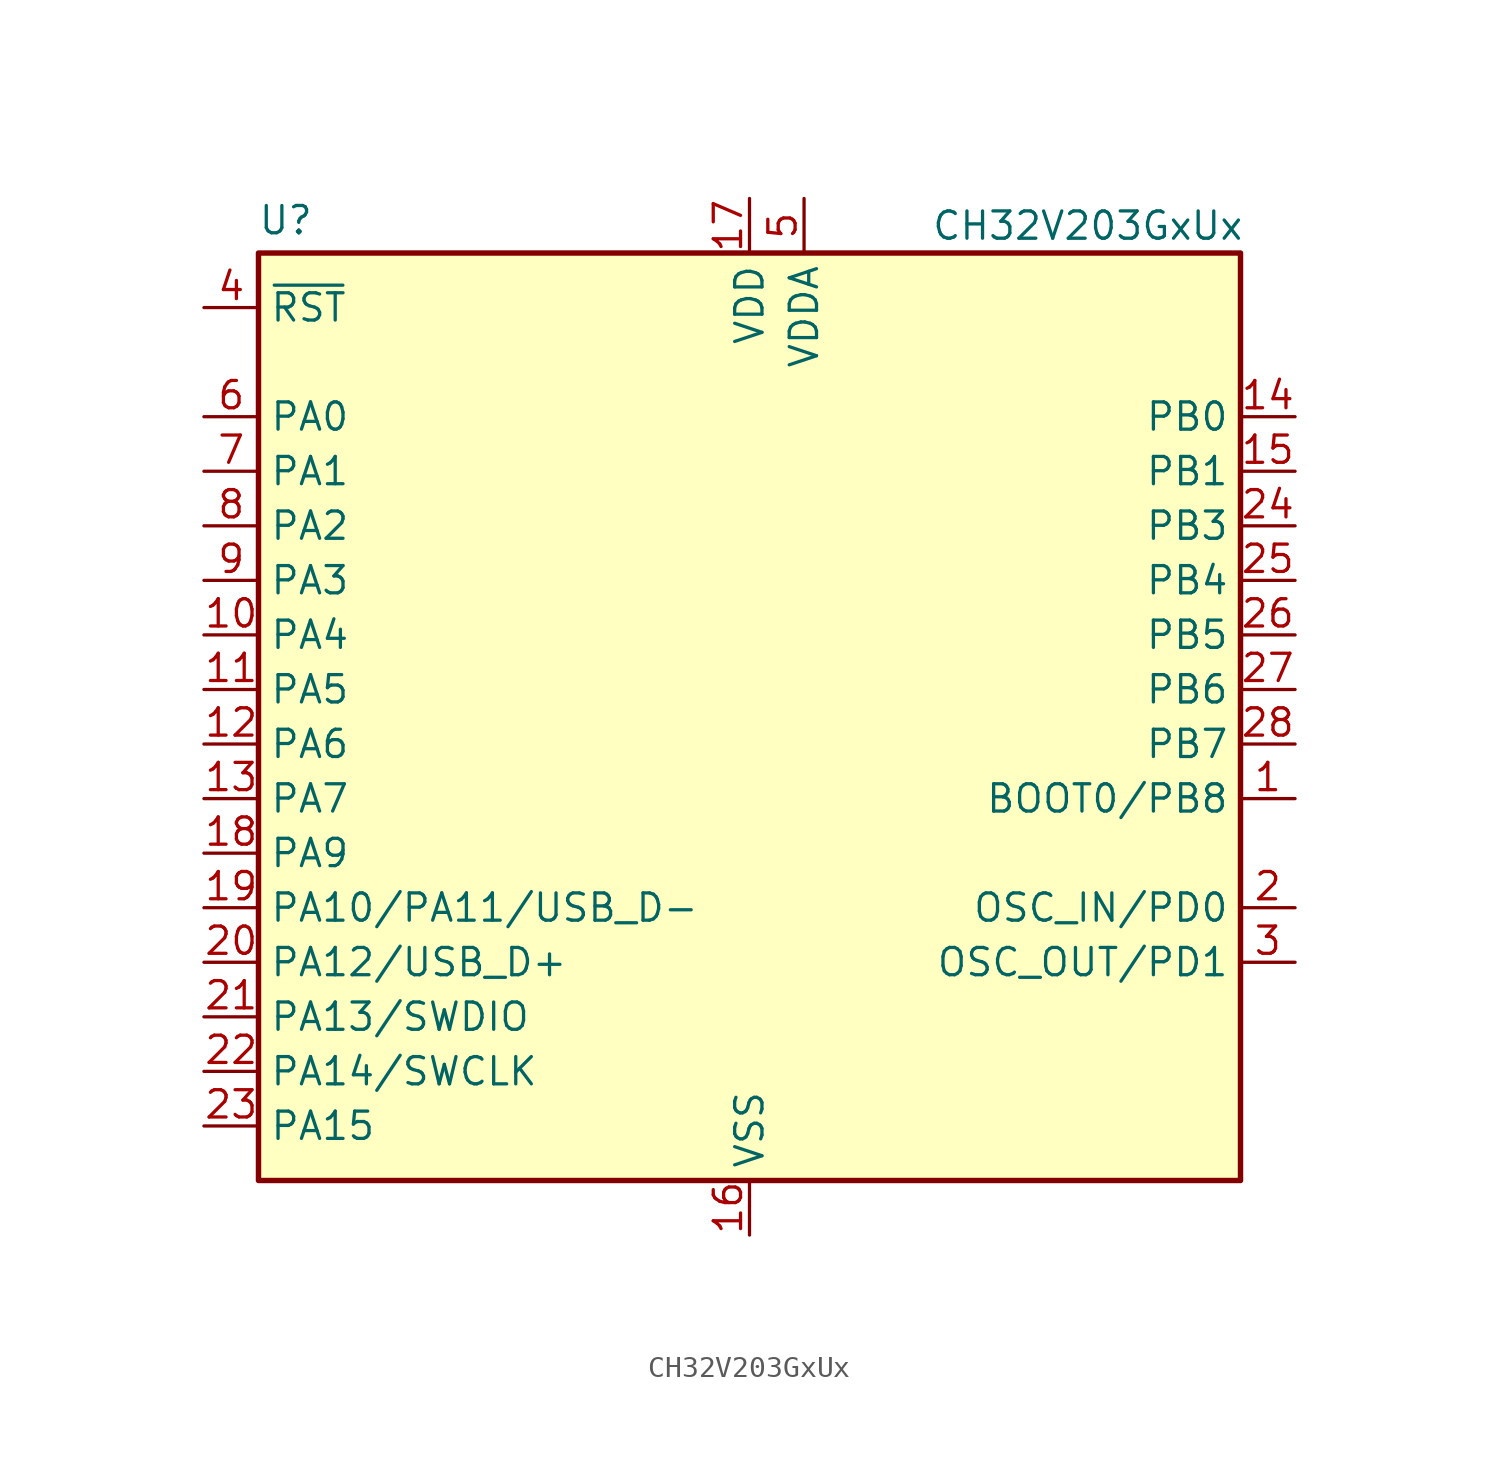
<source format=kicad_sym>
(kicad_symbol_lib
  (version 20231120)
  (generator "kicad_symbol_editor")
  (generator_version "8.0")
  (symbol "CH32V203GxUx"
    (property "Reference" "U"
      (at -21.59 24.384 0)
      (effects (font (size 1.27 1.27))))
    (property "Value" "CH32V203GxUx"
      (at 15.748 24.13 0)
      (effects (font (size 1.27 1.27))))
    (symbol "CH32V203GxUx_1_1"
      (rectangle (start -22.86 22.86) (end 22.86 -20.32) (stroke (width 0.254) (type default)) (fill (type background)))
      (pin bidirectional line (at 25.4 -2.54 180) (length 2.54) (name "BOOT0/PB8" (effects (font (size 1.27 1.27)))) (number "1" (effects (font (size 1.27 1.27)))))
      (pin bidirectional line (at -25.4 5.08 0) (length 2.54) (name "PA4" (effects (font (size 1.27 1.27)))) (number "10" (effects (font (size 1.27 1.27)))))
      (pin bidirectional line (at -25.4 2.54 0) (length 2.54) (name "PA5" (effects (font (size 1.27 1.27)))) (number "11" (effects (font (size 1.27 1.27)))))
      (pin bidirectional line (at -25.4 0 0) (length 2.54) (name "PA6" (effects (font (size 1.27 1.27)))) (number "12" (effects (font (size 1.27 1.27)))))
      (pin bidirectional line (at -25.4 -2.54 0) (length 2.54) (name "PA7" (effects (font (size 1.27 1.27)))) (number "13" (effects (font (size 1.27 1.27)))))
      (pin bidirectional line (at 25.4 15.24 180) (length 2.54) (name "PB0" (effects (font (size 1.27 1.27)))) (number "14" (effects (font (size 1.27 1.27)))))
      (pin bidirectional line (at 25.4 12.7 180) (length 2.54) (name "PB1" (effects (font (size 1.27 1.27)))) (number "15" (effects (font (size 1.27 1.27)))))
      (pin power_in line (at 0 -22.86 90) (length 2.54) (name "VSS" (effects (font (size 1.27 1.27)))) (number "16" (effects (font (size 1.27 1.27)))))
      (pin power_in line (at 0 25.4 270) (length 2.54) (name "VDD" (effects (font (size 1.27 1.27)))) (number "17" (effects (font (size 1.27 1.27)))))
      (pin bidirectional line (at -25.4 -5.08 0) (length 2.54) (name "PA9" (effects (font (size 1.27 1.27)))) (number "18" (effects (font (size 1.27 1.27)))))
      (pin bidirectional line (at -25.4 -7.62 0) (length 2.54) (name "PA10/PA11/USB_D-" (effects (font (size 1.27 1.27)))) (number "19" (effects (font (size 1.27 1.27)))))
      (pin bidirectional line (at 25.4 -7.62 180) (length 2.54) (name "OSC_IN/PD0" (effects (font (size 1.27 1.27)))) (number "2" (effects (font (size 1.27 1.27)))))
      (pin bidirectional line (at -25.4 -10.16 0) (length 2.54) (name "PA12/USB_D+" (effects (font (size 1.27 1.27)))) (number "20" (effects (font (size 1.27 1.27)))))
      (pin bidirectional line (at -25.4 -12.7 0) (length 2.54) (name "PA13/SWDIO" (effects (font (size 1.27 1.27)))) (number "21" (effects (font (size 1.27 1.27)))))
      (pin bidirectional line (at -25.4 -15.24 0) (length 2.54) (name "PA14/SWCLK" (effects (font (size 1.27 1.27)))) (number "22" (effects (font (size 1.27 1.27)))))
      (pin bidirectional line (at -25.4 -17.78 0) (length 2.54) (name "PA15" (effects (font (size 1.27 1.27)))) (number "23" (effects (font (size 1.27 1.27)))))
      (pin bidirectional line (at 25.4 10.16 180) (length 2.54) (name "PB3" (effects (font (size 1.27 1.27)))) (number "24" (effects (font (size 1.27 1.27)))))
      (pin bidirectional line (at 25.4 7.62 180) (length 2.54) (name "PB4" (effects (font (size 1.27 1.27)))) (number "25" (effects (font (size 1.27 1.27)))))
      (pin bidirectional line (at 25.4 5.08 180) (length 2.54) (name "PB5" (effects (font (size 1.27 1.27)))) (number "26" (effects (font (size 1.27 1.27)))))
      (pin bidirectional line (at 25.4 2.54 180) (length 2.54) (name "PB6" (effects (font (size 1.27 1.27)))) (number "27" (effects (font (size 1.27 1.27)))))
      (pin bidirectional line (at 25.4 0 180) (length 2.54) (name "PB7" (effects (font (size 1.27 1.27)))) (number "28" (effects (font (size 1.27 1.27)))))
      (pin passive line (at 0 -22.86 90) (length 2.54) hide (name "VSS" (effects (font (size 1.27 1.27)))) (number "29" (effects (font (size 1.27 1.27)))))
      (pin bidirectional line (at 25.4 -10.16 180) (length 2.54) (name "OSC_OUT/PD1" (effects (font (size 1.27 1.27)))) (number "3" (effects (font (size 1.27 1.27)))))
      (pin input line (at -25.4 20.32 0) (length 2.54) (name "~{RST}" (effects (font (size 1.27 1.27)))) (number "4" (effects (font (size 1.27 1.27)))))
      (pin power_in line (at 2.54 25.4 270) (length 2.54) (name "VDDA" (effects (font (size 1.27 1.27)))) (number "5" (effects (font (size 1.27 1.27)))))
      (pin bidirectional line (at -25.4 15.24 0) (length 2.54) (name "PA0" (effects (font (size 1.27 1.27)))) (number "6" (effects (font (size 1.27 1.27)))))
      (pin bidirectional line (at -25.4 12.7 0) (length 2.54) (name "PA1" (effects (font (size 1.27 1.27)))) (number "7" (effects (font (size 1.27 1.27)))))
      (pin bidirectional line (at -25.4 10.16 0) (length 2.54) (name "PA2" (effects (font (size 1.27 1.27)))) (number "8" (effects (font (size 1.27 1.27)))))
      (pin bidirectional line (at -25.4 7.62 0) (length 2.54) (name "PA3" (effects (font (size 1.27 1.27)))) (number "9" (effects (font (size 1.27 1.27))))))))
</source>
